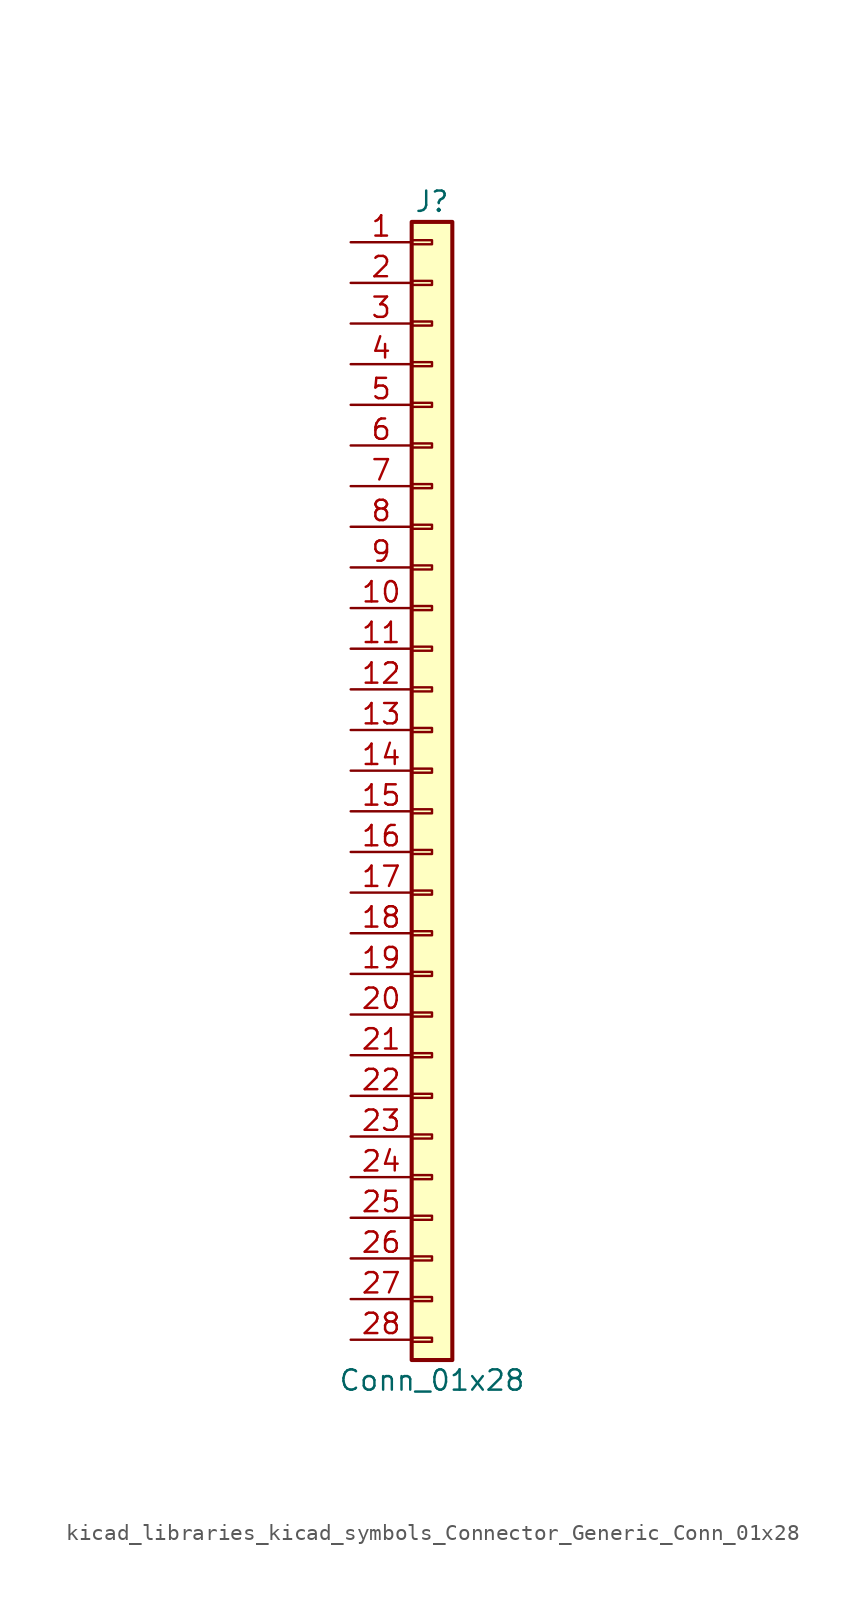
<source format=kicad_sym>
(kicad_symbol_lib
  (version 20220914)
  (generator kicad_symbol_editor)
  (symbol "kicad_libraries_kicad_symbols_Connector_Generic_Conn_01x28"
    (pin_names
      (offset 1.016) hide)
    (property "Reference" "J"
      (at 0 35.56 0)
      (effects (font (size 1.27 1.27))))
    (property "Value" "Conn_01x28"
      (at 0 -38.1 0)
      (effects (font (size 1.27 1.27))))
    (symbol "kicad_libraries_kicad_symbols_Connector_Generic_Conn_01x28_1_1"
      (rectangle (start -1.27 -35.433) (end 0 -35.687) (stroke (width 0.152) (type default)) (fill (type none)))
      (rectangle (start -1.27 -32.893) (end 0 -33.147) (stroke (width 0.152) (type default)) (fill (type none)))
      (rectangle (start -1.27 -30.353) (end 0 -30.607) (stroke (width 0.152) (type default)) (fill (type none)))
      (rectangle (start -1.27 -27.813) (end 0 -28.067) (stroke (width 0.152) (type default)) (fill (type none)))
      (rectangle (start -1.27 -25.273) (end 0 -25.527) (stroke (width 0.152) (type default)) (fill (type none)))
      (rectangle (start -1.27 -22.733) (end 0 -22.987) (stroke (width 0.152) (type default)) (fill (type none)))
      (rectangle (start -1.27 -20.193) (end 0 -20.447) (stroke (width 0.152) (type default)) (fill (type none)))
      (rectangle (start -1.27 -17.653) (end 0 -17.907) (stroke (width 0.152) (type default)) (fill (type none)))
      (rectangle (start -1.27 -15.113) (end 0 -15.367) (stroke (width 0.152) (type default)) (fill (type none)))
      (rectangle (start -1.27 -12.573) (end 0 -12.827) (stroke (width 0.152) (type default)) (fill (type none)))
      (rectangle (start -1.27 -10.033) (end 0 -10.287) (stroke (width 0.152) (type default)) (fill (type none)))
      (rectangle (start -1.27 -7.493) (end 0 -7.747) (stroke (width 0.152) (type default)) (fill (type none)))
      (rectangle (start -1.27 -4.953) (end 0 -5.207) (stroke (width 0.152) (type default)) (fill (type none)))
      (rectangle (start -1.27 -2.413) (end 0 -2.667) (stroke (width 0.152) (type default)) (fill (type none)))
      (rectangle (start -1.27 0.127) (end 0 -0.127) (stroke (width 0.152) (type default)) (fill (type none)))
      (rectangle (start -1.27 2.667) (end 0 2.413) (stroke (width 0.152) (type default)) (fill (type none)))
      (rectangle (start -1.27 5.207) (end 0 4.953) (stroke (width 0.152) (type default)) (fill (type none)))
      (rectangle (start -1.27 7.747) (end 0 7.493) (stroke (width 0.152) (type default)) (fill (type none)))
      (rectangle (start -1.27 10.287) (end 0 10.033) (stroke (width 0.152) (type default)) (fill (type none)))
      (rectangle (start -1.27 12.827) (end 0 12.573) (stroke (width 0.152) (type default)) (fill (type none)))
      (rectangle (start -1.27 15.367) (end 0 15.113) (stroke (width 0.152) (type default)) (fill (type none)))
      (rectangle (start -1.27 17.907) (end 0 17.653) (stroke (width 0.152) (type default)) (fill (type none)))
      (rectangle (start -1.27 20.447) (end 0 20.193) (stroke (width 0.152) (type default)) (fill (type none)))
      (rectangle (start -1.27 22.987) (end 0 22.733) (stroke (width 0.152) (type default)) (fill (type none)))
      (rectangle (start -1.27 25.527) (end 0 25.273) (stroke (width 0.152) (type default)) (fill (type none)))
      (rectangle (start -1.27 28.067) (end 0 27.813) (stroke (width 0.152) (type default)) (fill (type none)))
      (rectangle (start -1.27 30.607) (end 0 30.353) (stroke (width 0.152) (type default)) (fill (type none)))
      (rectangle (start -1.27 33.147) (end 0 32.893) (stroke (width 0.152) (type default)) (fill (type none)))
      (rectangle (start -1.27 34.29) (end 1.27 -36.83) (stroke (width 0.254) (type default)) (fill (type background)))
      (pin passive line (at -5.08 33.02 0) (length 3.81) (name "Pin_1" (effects (font (size 1.27 1.27)))) (number "1" (effects (font (size 1.27 1.27)))))
      (pin passive line (at -5.08 10.16 0) (length 3.81) (name "Pin_10" (effects (font (size 1.27 1.27)))) (number "10" (effects (font (size 1.27 1.27)))))
      (pin passive line (at -5.08 7.62 0) (length 3.81) (name "Pin_11" (effects (font (size 1.27 1.27)))) (number "11" (effects (font (size 1.27 1.27)))))
      (pin passive line (at -5.08 5.08 0) (length 3.81) (name "Pin_12" (effects (font (size 1.27 1.27)))) (number "12" (effects (font (size 1.27 1.27)))))
      (pin passive line (at -5.08 2.54 0) (length 3.81) (name "Pin_13" (effects (font (size 1.27 1.27)))) (number "13" (effects (font (size 1.27 1.27)))))
      (pin passive line (at -5.08 0 0) (length 3.81) (name "Pin_14" (effects (font (size 1.27 1.27)))) (number "14" (effects (font (size 1.27 1.27)))))
      (pin passive line (at -5.08 -2.54 0) (length 3.81) (name "Pin_15" (effects (font (size 1.27 1.27)))) (number "15" (effects (font (size 1.27 1.27)))))
      (pin passive line (at -5.08 -5.08 0) (length 3.81) (name "Pin_16" (effects (font (size 1.27 1.27)))) (number "16" (effects (font (size 1.27 1.27)))))
      (pin passive line (at -5.08 -7.62 0) (length 3.81) (name "Pin_17" (effects (font (size 1.27 1.27)))) (number "17" (effects (font (size 1.27 1.27)))))
      (pin passive line (at -5.08 -10.16 0) (length 3.81) (name "Pin_18" (effects (font (size 1.27 1.27)))) (number "18" (effects (font (size 1.27 1.27)))))
      (pin passive line (at -5.08 -12.7 0) (length 3.81) (name "Pin_19" (effects (font (size 1.27 1.27)))) (number "19" (effects (font (size 1.27 1.27)))))
      (pin passive line (at -5.08 30.48 0) (length 3.81) (name "Pin_2" (effects (font (size 1.27 1.27)))) (number "2" (effects (font (size 1.27 1.27)))))
      (pin passive line (at -5.08 -15.24 0) (length 3.81) (name "Pin_20" (effects (font (size 1.27 1.27)))) (number "20" (effects (font (size 1.27 1.27)))))
      (pin passive line (at -5.08 -17.78 0) (length 3.81) (name "Pin_21" (effects (font (size 1.27 1.27)))) (number "21" (effects (font (size 1.27 1.27)))))
      (pin passive line (at -5.08 -20.32 0) (length 3.81) (name "Pin_22" (effects (font (size 1.27 1.27)))) (number "22" (effects (font (size 1.27 1.27)))))
      (pin passive line (at -5.08 -22.86 0) (length 3.81) (name "Pin_23" (effects (font (size 1.27 1.27)))) (number "23" (effects (font (size 1.27 1.27)))))
      (pin passive line (at -5.08 -25.4 0) (length 3.81) (name "Pin_24" (effects (font (size 1.27 1.27)))) (number "24" (effects (font (size 1.27 1.27)))))
      (pin passive line (at -5.08 -27.94 0) (length 3.81) (name "Pin_25" (effects (font (size 1.27 1.27)))) (number "25" (effects (font (size 1.27 1.27)))))
      (pin passive line (at -5.08 -30.48 0) (length 3.81) (name "Pin_26" (effects (font (size 1.27 1.27)))) (number "26" (effects (font (size 1.27 1.27)))))
      (pin passive line (at -5.08 -33.02 0) (length 3.81) (name "Pin_27" (effects (font (size 1.27 1.27)))) (number "27" (effects (font (size 1.27 1.27)))))
      (pin passive line (at -5.08 -35.56 0) (length 3.81) (name "Pin_28" (effects (font (size 1.27 1.27)))) (number "28" (effects (font (size 1.27 1.27)))))
      (pin passive line (at -5.08 27.94 0) (length 3.81) (name "Pin_3" (effects (font (size 1.27 1.27)))) (number "3" (effects (font (size 1.27 1.27)))))
      (pin passive line (at -5.08 25.4 0) (length 3.81) (name "Pin_4" (effects (font (size 1.27 1.27)))) (number "4" (effects (font (size 1.27 1.27)))))
      (pin passive line (at -5.08 22.86 0) (length 3.81) (name "Pin_5" (effects (font (size 1.27 1.27)))) (number "5" (effects (font (size 1.27 1.27)))))
      (pin passive line (at -5.08 20.32 0) (length 3.81) (name "Pin_6" (effects (font (size 1.27 1.27)))) (number "6" (effects (font (size 1.27 1.27)))))
      (pin passive line (at -5.08 17.78 0) (length 3.81) (name "Pin_7" (effects (font (size 1.27 1.27)))) (number "7" (effects (font (size 1.27 1.27)))))
      (pin passive line (at -5.08 15.24 0) (length 3.81) (name "Pin_8" (effects (font (size 1.27 1.27)))) (number "8" (effects (font (size 1.27 1.27)))))
      (pin passive line (at -5.08 12.7 0) (length 3.81) (name "Pin_9" (effects (font (size 1.27 1.27)))) (number "9" (effects (font (size 1.27 1.27))))))))
</source>
